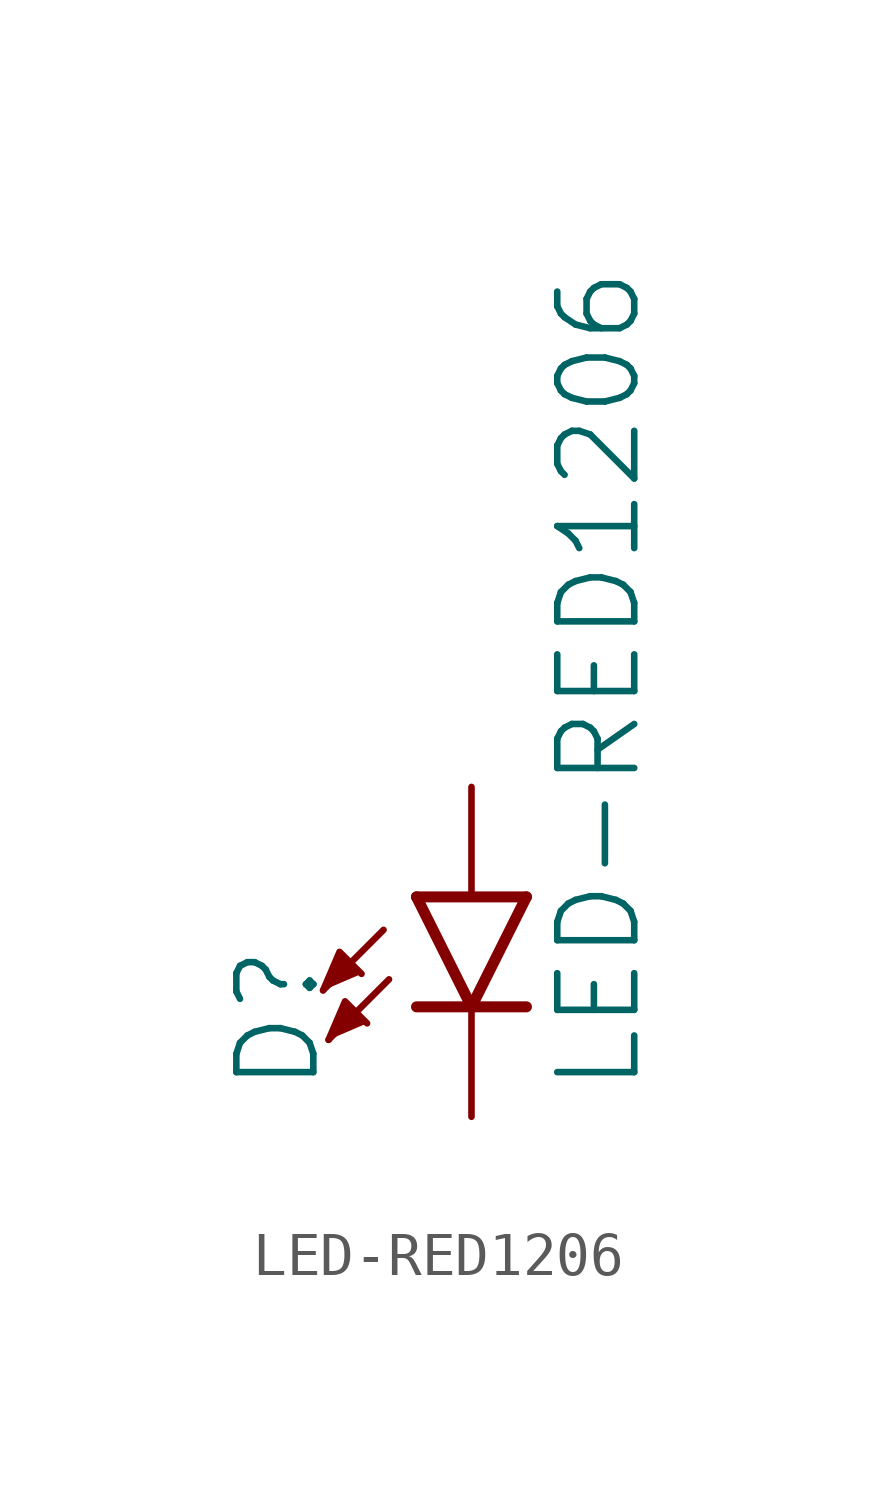
<source format=kicad_sym>
(kicad_symbol_lib
  (version 20211014)
  (generator kicad_symbol_editor)
  (symbol "LED-RED1206"
    (property "Reference" "D"
      (at -3.429 -4.572 90)
      (effects (font (size 1.778 1.778)) (justify left bottom)))
    (property "Value" "LED-RED1206"
      (at 1.905 -4.572 90)
      (effects (font (size 1.778 1.778)) (justify left top)))
    (property "ki_locked" ""
      (at 0 0 0)
      (effects (font (size 1.27 1.27))))
    (symbol "LED-RED1206_1_0"
      (polyline (pts (xy -2.032 -0.762) (xy -3.429 -2.159)) (stroke (width 0.152) (type default) (color 0 0 0 0)) (fill (type none)))
      (polyline (pts (xy -1.905 -1.905) (xy -3.302 -3.302)) (stroke (width 0.152) (type default) (color 0 0 0 0)) (fill (type none)))
      (polyline (pts (xy 0 -2.54) (xy -1.27 -2.54)) (stroke (width 0.254) (type default) (color 0 0 0 0)) (fill (type none)))
      (polyline (pts (xy 0 -2.54) (xy -1.27 0)) (stroke (width 0.254) (type default) (color 0 0 0 0)) (fill (type none)))
      (polyline (pts (xy 1.27 -2.54) (xy 0 -2.54)) (stroke (width 0.254) (type default) (color 0 0 0 0)) (fill (type none)))
      (polyline (pts (xy 1.27 0) (xy -1.27 0)) (stroke (width 0.254) (type default) (color 0 0 0 0)) (fill (type none)))
      (polyline (pts (xy 1.27 0) (xy 0 -2.54)) (stroke (width 0.254) (type default) (color 0 0 0 0)) (fill (type none)))
      (polyline (pts (xy -3.429 -2.159) (xy -3.048 -1.27) (xy -2.54 -1.778)) (stroke (width 0) (type default) (color 0 0 0 0)) (fill (type outline)))
      (polyline (pts (xy -3.302 -3.302) (xy -2.921 -2.413) (xy -2.413 -2.921)) (stroke (width 0) (type default) (color 0 0 0 0)) (fill (type outline)))
      (pin passive line (at 0 2.54 270) (length 2.54) (name "A" (effects (font (size 0 0)))) (number "A" (effects (font (size 0 0)))))
      (pin passive line (at 0 -5.08 90) (length 2.54) (name "C" (effects (font (size 0 0)))) (number "C" (effects (font (size 0 0))))))))
</source>
